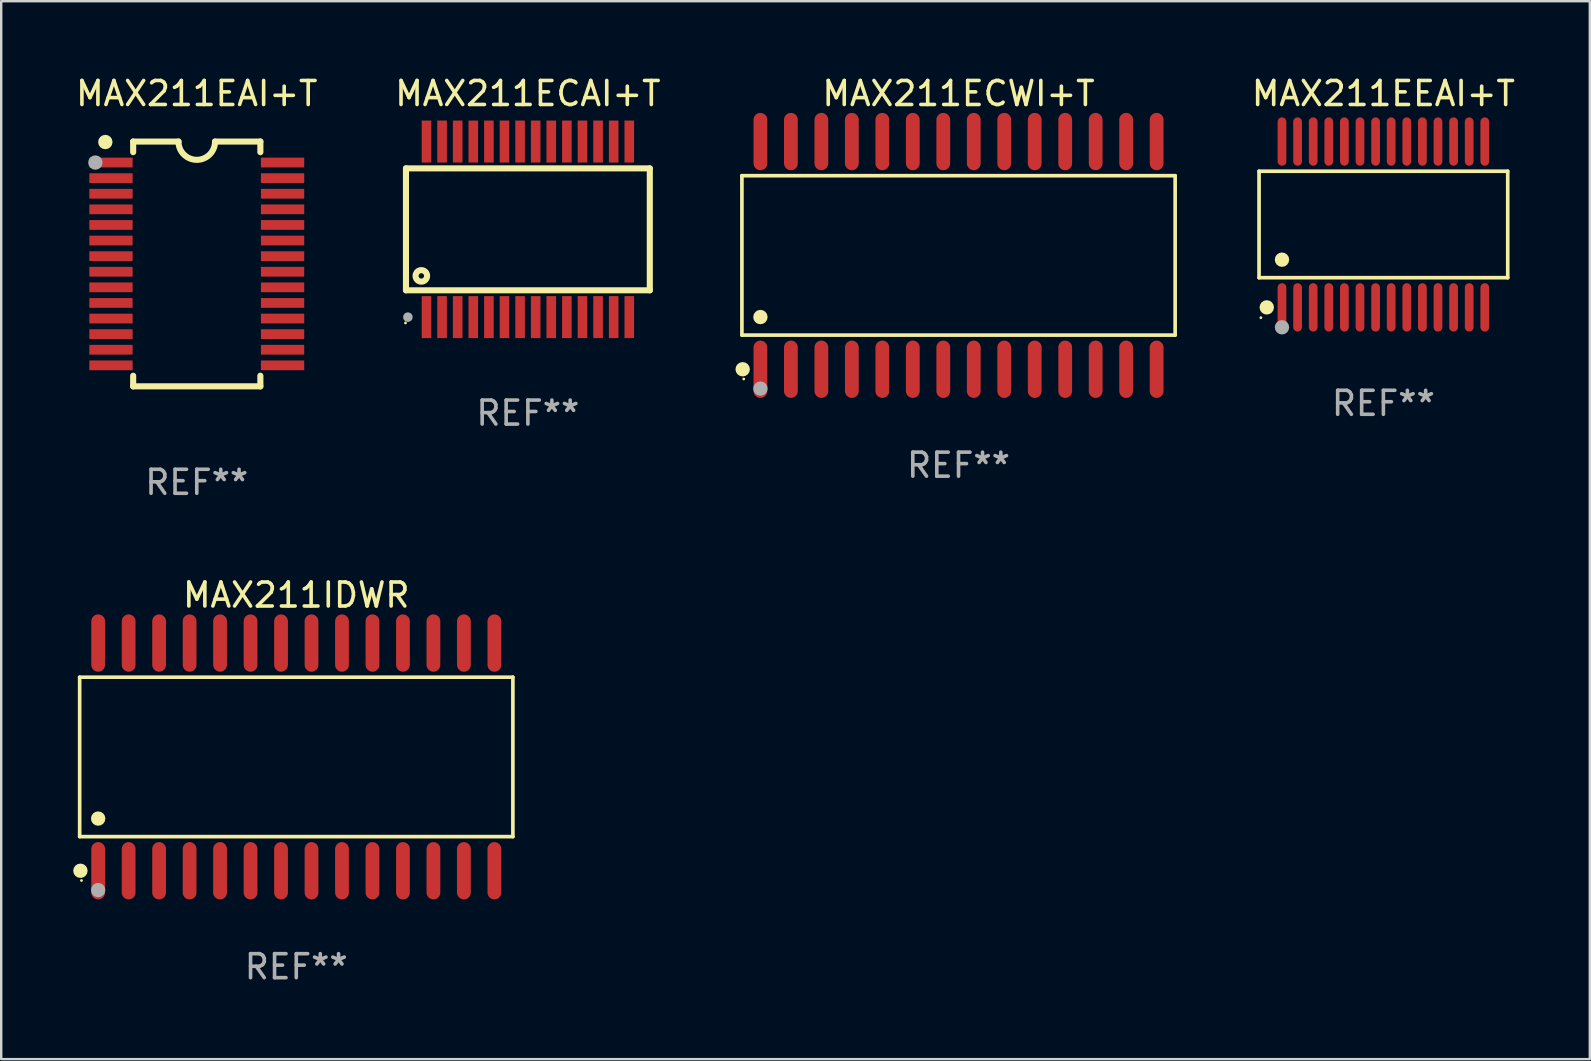
<source format=kicad_pcb>
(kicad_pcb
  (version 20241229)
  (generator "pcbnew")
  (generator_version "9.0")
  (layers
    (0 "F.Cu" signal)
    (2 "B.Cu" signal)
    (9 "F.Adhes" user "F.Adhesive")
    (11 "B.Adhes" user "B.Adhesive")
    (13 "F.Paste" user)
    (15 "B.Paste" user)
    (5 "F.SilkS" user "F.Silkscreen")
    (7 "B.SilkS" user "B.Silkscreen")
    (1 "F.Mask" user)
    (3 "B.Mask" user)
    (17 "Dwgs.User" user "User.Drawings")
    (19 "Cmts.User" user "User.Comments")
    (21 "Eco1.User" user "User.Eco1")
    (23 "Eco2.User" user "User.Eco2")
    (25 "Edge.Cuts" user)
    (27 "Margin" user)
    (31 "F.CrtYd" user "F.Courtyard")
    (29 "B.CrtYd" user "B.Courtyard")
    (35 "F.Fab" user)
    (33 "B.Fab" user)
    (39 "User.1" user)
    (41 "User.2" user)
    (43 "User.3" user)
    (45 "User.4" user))
  (footprint "MAX211EEAI+T"
    (layer "F.Cu")
    (at 54.593 6.303)
    (property "Reference" "MAX211EEAI+T" (at 0 -5.455 0) (layer "F.SilkS") (effects (font (size 1 1) (thickness 0.15))))
    (attr through_hole)
    (fp_line (start -5.181 -2.219) (end 5.181 -2.219) (stroke (width 0.152) (type solid)) (layer "F.SilkS"))
    (fp_line (start -5.181 2.219) (end -5.181 -2.219) (stroke (width 0.152) (type solid)) (layer "F.SilkS"))
    (fp_line (start 5.181 -2.219) (end 5.181 2.219) (stroke (width 0.152) (type solid)) (layer "F.SilkS"))
    (fp_line (start 5.181 2.219) (end -5.181 2.219) (stroke (width 0.152) (type solid)) (layer "F.SilkS"))
    (fp_circle (center -5.105 3.885) (end -5.075 3.885) (stroke (width 0.06) (type solid)) (fill no) (layer "F.SilkS"))
    (fp_circle (center -4.859 3.455) (end -4.709 3.455) (stroke (width 0.3) (type solid)) (fill no) (layer "F.SilkS"))
    (fp_circle (center -4.225 1.467) (end -4.075 1.467) (stroke (width 0.3) (type solid)) (fill no) (layer "F.SilkS"))
    (fp_circle (center -4.225 4.285) (end -4.075 4.285) (stroke (width 0.3) (type solid)) (fill no) (layer "F.Fab"))
    (fp_text user "REF**" (at 0 7.455 0) (layer "F.Fab") (effects (font (size 1 1) (thickness 0.15))))
    (pad "1" smd oval (at -4.225 3.455) (size 0.364 2.015) (layers "F.Cu" "F.Mask" "F.Paste"))
    (pad "2" smd oval (at -3.575 3.455) (size 0.364 2.015) (layers "F.Cu" "F.Mask" "F.Paste"))
    (pad "3" smd oval (at -2.925 3.455) (size 0.364 2.015) (layers "F.Cu" "F.Mask" "F.Paste"))
    (pad "4" smd oval (at -2.275 3.455) (size 0.364 2.015) (layers "F.Cu" "F.Mask" "F.Paste"))
    (pad "5" smd oval (at -1.625 3.455) (size 0.364 2.015) (layers "F.Cu" "F.Mask" "F.Paste"))
    (pad "6" smd oval (at -0.975 3.455) (size 0.364 2.015) (layers "F.Cu" "F.Mask" "F.Paste"))
    (pad "7" smd oval (at -0.325 3.455) (size 0.364 2.015) (layers "F.Cu" "F.Mask" "F.Paste"))
    (pad "8" smd oval (at 0.325 3.455) (size 0.364 2.015) (layers "F.Cu" "F.Mask" "F.Paste"))
    (pad "9" smd oval (at 0.975 3.455) (size 0.364 2.015) (layers "F.Cu" "F.Mask" "F.Paste"))
    (pad "10" smd oval (at 1.625 3.455) (size 0.364 2.015) (layers "F.Cu" "F.Mask" "F.Paste"))
    (pad "11" smd oval (at 2.275 3.455) (size 0.364 2.015) (layers "F.Cu" "F.Mask" "F.Paste"))
    (pad "12" smd oval (at 2.925 3.455) (size 0.364 2.015) (layers "F.Cu" "F.Mask" "F.Paste"))
    (pad "13" smd oval (at 3.575 3.455) (size 0.364 2.015) (layers "F.Cu" "F.Mask" "F.Paste"))
    (pad "14" smd oval (at 4.225 3.455) (size 0.364 2.015) (layers "F.Cu" "F.Mask" "F.Paste"))
    (pad "15" smd oval (at 4.225 -3.455) (size 0.364 2.015) (layers "F.Cu" "F.Mask" "F.Paste"))
    (pad "16" smd oval (at 3.575 -3.455) (size 0.364 2.015) (layers "F.Cu" "F.Mask" "F.Paste"))
    (pad "17" smd oval (at 2.925 -3.455) (size 0.364 2.015) (layers "F.Cu" "F.Mask" "F.Paste"))
    (pad "18" smd oval (at 2.275 -3.455) (size 0.364 2.015) (layers "F.Cu" "F.Mask" "F.Paste"))
    (pad "19" smd oval (at 1.625 -3.455) (size 0.364 2.015) (layers "F.Cu" "F.Mask" "F.Paste"))
    (pad "20" smd oval (at 0.975 -3.455) (size 0.364 2.015) (layers "F.Cu" "F.Mask" "F.Paste"))
    (pad "21" smd oval (at 0.325 -3.455) (size 0.364 2.015) (layers "F.Cu" "F.Mask" "F.Paste"))
    (pad "22" smd oval (at -0.325 -3.455) (size 0.364 2.015) (layers "F.Cu" "F.Mask" "F.Paste"))
    (pad "23" smd oval (at -0.975 -3.455) (size 0.364 2.015) (layers "F.Cu" "F.Mask" "F.Paste"))
    (pad "24" smd oval (at -1.625 -3.455) (size 0.364 2.015) (layers "F.Cu" "F.Mask" "F.Paste"))
    (pad "25" smd oval (at -2.275 -3.455) (size 0.364 2.015) (layers "F.Cu" "F.Mask" "F.Paste"))
    (pad "26" smd oval (at -2.925 -3.455) (size 0.364 2.015) (layers "F.Cu" "F.Mask" "F.Paste"))
    (pad "27" smd oval (at -3.575 -3.455) (size 0.364 2.015) (layers "F.Cu" "F.Mask" "F.Paste"))
    (pad "28" smd oval (at -4.225 -3.455) (size 0.364 2.015) (layers "F.Cu" "F.Mask" "F.Paste")))
  (footprint "MAX211ECAI+T"
    (layer "F.Cu")
    (at 18.946 6.506)
    (property "Reference" "MAX211ECAI+T" (at 0 -5.658 0) (layer "F.SilkS") (effects (font (size 1 1) (thickness 0.15))))
    (attr through_hole)
    (fp_line (start -5.08 -2.54) (end -5.08 2.54) (stroke (width 0.254) (type solid)) (layer "F.SilkS"))
    (fp_line (start -5.08 -2.54) (end 5.08 -2.54) (stroke (width 0.254) (type solid)) (layer "F.SilkS"))
    (fp_line (start 5.08 -2.54) (end 5.08 2.54) (stroke (width 0.254) (type solid)) (layer "F.SilkS"))
    (fp_line (start 5.08 2.54) (end -5.08 2.54) (stroke (width 0.254) (type solid)) (layer "F.SilkS"))
    (fp_circle (center -5.1 3.9) (end -5.07 3.9) (stroke (width 0.06) (type solid)) (fill no) (layer "F.SilkS"))
    (fp_circle (center -4.44 1.94) (end -4.2 1.94) (stroke (width 0.254) (type solid)) (fill no) (layer "F.SilkS"))
    (fp_circle (center -5 3.658) (end -4.9 3.658) (stroke (width 0.2) (type solid)) (fill no) (layer "F.Fab"))
    (fp_text user "REF**" (at 0 7.658 0) (layer "F.Fab") (effects (font (size 1 1) (thickness 0.15))))
    (pad "1" smd rect (at -4.225 3.658) (size 0.4 1.75) (layers "F.Cu" "F.Mask" "F.Paste"))
    (pad "2" smd rect (at -3.575 3.657) (size 0.4 1.75) (layers "F.Cu" "F.Mask" "F.Paste"))
    (pad "3" smd rect (at -2.925 3.657) (size 0.4 1.75) (layers "F.Cu" "F.Mask" "F.Paste"))
    (pad "4" smd rect (at -2.275 3.657) (size 0.4 1.75) (layers "F.Cu" "F.Mask" "F.Paste"))
    (pad "5" smd rect (at -1.625 3.657) (size 0.4 1.75) (layers "F.Cu" "F.Mask" "F.Paste"))
    (pad "6" smd rect (at -0.975 3.657) (size 0.4 1.75) (layers "F.Cu" "F.Mask" "F.Paste"))
    (pad "7" smd rect (at -0.325 3.657) (size 0.4 1.75) (layers "F.Cu" "F.Mask" "F.Paste"))
    (pad "8" smd rect (at 0.325 3.657) (size 0.4 1.75) (layers "F.Cu" "F.Mask" "F.Paste"))
    (pad "9" smd rect (at 0.975 3.657) (size 0.4 1.75) (layers "F.Cu" "F.Mask" "F.Paste"))
    (pad "10" smd rect (at 1.625 3.657) (size 0.4 1.75) (layers "F.Cu" "F.Mask" "F.Paste"))
    (pad "11" smd rect (at 2.275 3.657) (size 0.4 1.75) (layers "F.Cu" "F.Mask" "F.Paste"))
    (pad "12" smd rect (at 2.925 3.657) (size 0.4 1.75) (layers "F.Cu" "F.Mask" "F.Paste"))
    (pad "13" smd rect (at 3.575 3.657) (size 0.4 1.75) (layers "F.Cu" "F.Mask" "F.Paste"))
    (pad "14" smd rect (at 4.225 3.657) (size 0.4 1.75) (layers "F.Cu" "F.Mask" "F.Paste"))
    (pad "15" smd rect (at 4.225 -3.658) (size 0.4 1.75) (layers "F.Cu" "F.Mask" "F.Paste"))
    (pad "16" smd rect (at 3.575 -3.658) (size 0.4 1.75) (layers "F.Cu" "F.Mask" "F.Paste"))
    (pad "17" smd rect (at 2.925 -3.658) (size 0.4 1.75) (layers "F.Cu" "F.Mask" "F.Paste"))
    (pad "18" smd rect (at 2.275 -3.658) (size 0.4 1.75) (layers "F.Cu" "F.Mask" "F.Paste"))
    (pad "19" smd rect (at 1.625 -3.658) (size 0.4 1.75) (layers "F.Cu" "F.Mask" "F.Paste"))
    (pad "20" smd rect (at 0.975 -3.658) (size 0.4 1.75) (layers "F.Cu" "F.Mask" "F.Paste"))
    (pad "21" smd rect (at 0.325 -3.658) (size 0.4 1.75) (layers "F.Cu" "F.Mask" "F.Paste"))
    (pad "22" smd rect (at -0.325 -3.658) (size 0.4 1.75) (layers "F.Cu" "F.Mask" "F.Paste"))
    (pad "23" smd rect (at -0.975 -3.658) (size 0.4 1.75) (layers "F.Cu" "F.Mask" "F.Paste"))
    (pad "24" smd rect (at -1.625 -3.658) (size 0.4 1.75) (layers "F.Cu" "F.Mask" "F.Paste"))
    (pad "25" smd rect (at -2.275 -3.658) (size 0.4 1.75) (layers "F.Cu" "F.Mask" "F.Paste"))
    (pad "26" smd rect (at -2.925 -3.658) (size 0.4 1.75) (layers "F.Cu" "F.Mask" "F.Paste"))
    (pad "27" smd rect (at -3.575 -3.658) (size 0.4 1.75) (layers "F.Cu" "F.Mask" "F.Paste"))
    (pad "28" smd rect (at -4.225 -3.658) (size 0.4 1.75) (layers "F.Cu" "F.Mask" "F.Paste")))
  (footprint "MAX211ECWI+T"
    (layer "F.Cu")
    (at 36.89 7.592)
    (property "Reference" "MAX211ECWI+T" (at 0 -6.744 0) (layer "F.SilkS") (effects (font (size 1 1) (thickness 0.15))))
    (attr through_hole)
    (fp_line (start -9.026 -3.321) (end 9.026 -3.321) (stroke (width 0.152) (type solid)) (layer "F.SilkS"))
    (fp_line (start -9.026 3.321) (end -9.026 -3.321) (stroke (width 0.152) (type solid)) (layer "F.SilkS"))
    (fp_line (start 9.026 -3.321) (end 9.026 3.321) (stroke (width 0.152) (type solid)) (layer "F.SilkS"))
    (fp_line (start 9.026 3.321) (end -9.026 3.321) (stroke (width 0.152) (type solid)) (layer "F.SilkS"))
    (fp_circle (center -8.994 4.744) (end -8.844 4.744) (stroke (width 0.3) (type solid)) (fill no) (layer "F.SilkS"))
    (fp_circle (center -8.95 5.15) (end -8.92 5.15) (stroke (width 0.06) (type solid)) (fill no) (layer "F.SilkS"))
    (fp_circle (center -8.255 2.569) (end -8.105 2.569) (stroke (width 0.3) (type solid)) (fill no) (layer "F.SilkS"))
    (fp_circle (center -8.255 5.55) (end -8.105 5.55) (stroke (width 0.3) (type solid)) (fill no) (layer "F.Fab"))
    (fp_text user "REF**" (at 0 8.744 0) (layer "F.Fab") (effects (font (size 1 1) (thickness 0.15))))
    (pad "1" smd oval (at -8.255 4.744) (size 0.574 2.388) (layers "F.Cu" "F.Mask" "F.Paste"))
    (pad "2" smd oval (at -6.985 4.744) (size 0.574 2.388) (layers "F.Cu" "F.Mask" "F.Paste"))
    (pad "3" smd oval (at -5.715 4.744) (size 0.574 2.388) (layers "F.Cu" "F.Mask" "F.Paste"))
    (pad "4" smd oval (at -4.445 4.744) (size 0.574 2.388) (layers "F.Cu" "F.Mask" "F.Paste"))
    (pad "5" smd oval (at -3.175 4.744) (size 0.574 2.388) (layers "F.Cu" "F.Mask" "F.Paste"))
    (pad "6" smd oval (at -1.905 4.744) (size 0.574 2.388) (layers "F.Cu" "F.Mask" "F.Paste"))
    (pad "7" smd oval (at -0.635 4.744) (size 0.574 2.388) (layers "F.Cu" "F.Mask" "F.Paste"))
    (pad "8" smd oval (at 0.635 4.744) (size 0.574 2.388) (layers "F.Cu" "F.Mask" "F.Paste"))
    (pad "9" smd oval (at 1.905 4.744) (size 0.574 2.388) (layers "F.Cu" "F.Mask" "F.Paste"))
    (pad "10" smd oval (at 3.175 4.744) (size 0.574 2.388) (layers "F.Cu" "F.Mask" "F.Paste"))
    (pad "11" smd oval (at 4.445 4.744) (size 0.574 2.388) (layers "F.Cu" "F.Mask" "F.Paste"))
    (pad "12" smd oval (at 5.715 4.744) (size 0.574 2.388) (layers "F.Cu" "F.Mask" "F.Paste"))
    (pad "13" smd oval (at 6.985 4.744) (size 0.574 2.388) (layers "F.Cu" "F.Mask" "F.Paste"))
    (pad "14" smd oval (at 8.255 4.744) (size 0.574 2.388) (layers "F.Cu" "F.Mask" "F.Paste"))
    (pad "15" smd oval (at 8.255 -4.744) (size 0.574 2.388) (layers "F.Cu" "F.Mask" "F.Paste"))
    (pad "16" smd oval (at 6.985 -4.744) (size 0.574 2.388) (layers "F.Cu" "F.Mask" "F.Paste"))
    (pad "17" smd oval (at 5.715 -4.744) (size 0.574 2.388) (layers "F.Cu" "F.Mask" "F.Paste"))
    (pad "18" smd oval (at 4.445 -4.744) (size 0.574 2.388) (layers "F.Cu" "F.Mask" "F.Paste"))
    (pad "19" smd oval (at 3.175 -4.744) (size 0.574 2.388) (layers "F.Cu" "F.Mask" "F.Paste"))
    (pad "20" smd oval (at 1.905 -4.744) (size 0.574 2.388) (layers "F.Cu" "F.Mask" "F.Paste"))
    (pad "21" smd oval (at 0.635 -4.744) (size 0.574 2.388) (layers "F.Cu" "F.Mask" "F.Paste"))
    (pad "22" smd oval (at -0.635 -4.744) (size 0.574 2.388) (layers "F.Cu" "F.Mask" "F.Paste"))
    (pad "23" smd oval (at -1.905 -4.744) (size 0.574 2.388) (layers "F.Cu" "F.Mask" "F.Paste"))
    (pad "24" smd oval (at -3.175 -4.744) (size 0.574 2.388) (layers "F.Cu" "F.Mask" "F.Paste"))
    (pad "25" smd oval (at -4.445 -4.744) (size 0.574 2.388) (layers "F.Cu" "F.Mask" "F.Paste"))
    (pad "26" smd oval (at -5.715 -4.744) (size 0.574 2.388) (layers "F.Cu" "F.Mask" "F.Paste"))
    (pad "27" smd oval (at -6.985 -4.744) (size 0.574 2.388) (layers "F.Cu" "F.Mask" "F.Paste"))
    (pad "28" smd oval (at -8.255 -4.744) (size 0.574 2.388) (layers "F.Cu" "F.Mask" "F.Paste")))
  (footprint "MAX211IDWR"
    (layer "F.Cu")
    (at 9.295 28.489)
    (property "Reference" "MAX211IDWR" (at 0 -6.744 0) (layer "F.SilkS") (effects (font (size 1 1) (thickness 0.15))))
    (attr through_hole)
    (fp_line (start -9.026 -3.321) (end 9.026 -3.321) (stroke (width 0.152) (type solid)) (layer "F.SilkS"))
    (fp_line (start -9.026 3.321) (end -9.026 -3.321) (stroke (width 0.152) (type solid)) (layer "F.SilkS"))
    (fp_line (start 9.026 -3.321) (end 9.026 3.321) (stroke (width 0.152) (type solid)) (layer "F.SilkS"))
    (fp_line (start 9.026 3.321) (end -9.026 3.321) (stroke (width 0.152) (type solid)) (layer "F.SilkS"))
    (fp_circle (center -8.994 4.744) (end -8.844 4.744) (stroke (width 0.3) (type solid)) (fill no) (layer "F.SilkS"))
    (fp_circle (center -8.95 5.15) (end -8.92 5.15) (stroke (width 0.06) (type solid)) (fill no) (layer "F.SilkS"))
    (fp_circle (center -8.255 2.569) (end -8.105 2.569) (stroke (width 0.3) (type solid)) (fill no) (layer "F.SilkS"))
    (fp_circle (center -8.255 5.55) (end -8.105 5.55) (stroke (width 0.3) (type solid)) (fill no) (layer "F.Fab"))
    (fp_text user "REF**" (at 0 8.744 0) (layer "F.Fab") (effects (font (size 1 1) (thickness 0.15))))
    (pad "1" smd oval (at -8.255 4.744) (size 0.574 2.388) (layers "F.Cu" "F.Mask" "F.Paste"))
    (pad "2" smd oval (at -6.985 4.744) (size 0.574 2.388) (layers "F.Cu" "F.Mask" "F.Paste"))
    (pad "3" smd oval (at -5.715 4.744) (size 0.574 2.388) (layers "F.Cu" "F.Mask" "F.Paste"))
    (pad "4" smd oval (at -4.445 4.744) (size 0.574 2.388) (layers "F.Cu" "F.Mask" "F.Paste"))
    (pad "5" smd oval (at -3.175 4.744) (size 0.574 2.388) (layers "F.Cu" "F.Mask" "F.Paste"))
    (pad "6" smd oval (at -1.905 4.744) (size 0.574 2.388) (layers "F.Cu" "F.Mask" "F.Paste"))
    (pad "7" smd oval (at -0.635 4.744) (size 0.574 2.388) (layers "F.Cu" "F.Mask" "F.Paste"))
    (pad "8" smd oval (at 0.635 4.744) (size 0.574 2.388) (layers "F.Cu" "F.Mask" "F.Paste"))
    (pad "9" smd oval (at 1.905 4.744) (size 0.574 2.388) (layers "F.Cu" "F.Mask" "F.Paste"))
    (pad "10" smd oval (at 3.175 4.744) (size 0.574 2.388) (layers "F.Cu" "F.Mask" "F.Paste"))
    (pad "11" smd oval (at 4.445 4.744) (size 0.574 2.388) (layers "F.Cu" "F.Mask" "F.Paste"))
    (pad "12" smd oval (at 5.715 4.744) (size 0.574 2.388) (layers "F.Cu" "F.Mask" "F.Paste"))
    (pad "13" smd oval (at 6.985 4.744) (size 0.574 2.388) (layers "F.Cu" "F.Mask" "F.Paste"))
    (pad "14" smd oval (at 8.255 4.744) (size 0.574 2.388) (layers "F.Cu" "F.Mask" "F.Paste"))
    (pad "15" smd oval (at 8.255 -4.744) (size 0.574 2.388) (layers "F.Cu" "F.Mask" "F.Paste"))
    (pad "16" smd oval (at 6.985 -4.744) (size 0.574 2.388) (layers "F.Cu" "F.Mask" "F.Paste"))
    (pad "17" smd oval (at 5.715 -4.744) (size 0.574 2.388) (layers "F.Cu" "F.Mask" "F.Paste"))
    (pad "18" smd oval (at 4.445 -4.744) (size 0.574 2.388) (layers "F.Cu" "F.Mask" "F.Paste"))
    (pad "19" smd oval (at 3.175 -4.744) (size 0.574 2.388) (layers "F.Cu" "F.Mask" "F.Paste"))
    (pad "20" smd oval (at 1.905 -4.744) (size 0.574 2.388) (layers "F.Cu" "F.Mask" "F.Paste"))
    (pad "21" smd oval (at 0.635 -4.744) (size 0.574 2.388) (layers "F.Cu" "F.Mask" "F.Paste"))
    (pad "22" smd oval (at -0.635 -4.744) (size 0.574 2.388) (layers "F.Cu" "F.Mask" "F.Paste"))
    (pad "23" smd oval (at -1.905 -4.744) (size 0.574 2.388) (layers "F.Cu" "F.Mask" "F.Paste"))
    (pad "24" smd oval (at -3.175 -4.744) (size 0.574 2.388) (layers "F.Cu" "F.Mask" "F.Paste"))
    (pad "25" smd oval (at -4.445 -4.744) (size 0.574 2.388) (layers "F.Cu" "F.Mask" "F.Paste"))
    (pad "26" smd oval (at -5.715 -4.744) (size 0.574 2.388) (layers "F.Cu" "F.Mask" "F.Paste"))
    (pad "27" smd oval (at -6.985 -4.744) (size 0.574 2.388) (layers "F.Cu" "F.Mask" "F.Paste"))
    (pad "28" smd oval (at -8.255 -4.744) (size 0.574 2.388) (layers "F.Cu" "F.Mask" "F.Paste")))
  (footprint "MAX211EAI+T"
    (layer "F.Cu")
    (at 5.149 7.948)
    (property "Reference" "MAX211EAI+T" (at 0 -7.1 0) (layer "F.SilkS") (effects (font (size 1 1) (thickness 0.15))))
    (attr through_hole)
    (fp_line (start -2.65 -5.1) (end -0.762 -5.1) (stroke (width 0.254) (type solid)) (layer "F.SilkS"))
    (fp_line (start -2.65 -4.658) (end -2.65 -5.1) (stroke (width 0.254) (type solid)) (layer "F.SilkS"))
    (fp_line (start -2.65 5.1) (end -2.65 4.658) (stroke (width 0.254) (type solid)) (layer "F.SilkS"))
    (fp_line (start -2.65 5.1) (end 2.65 5.1) (stroke (width 0.254) (type solid)) (layer "F.SilkS"))
    (fp_line (start 2.65 -5.1) (end 0.762 -5.1) (stroke (width 0.254) (type solid)) (layer "F.SilkS"))
    (fp_line (start 2.65 -5.1) (end 2.65 -4.658) (stroke (width 0.254) (type solid)) (layer "F.SilkS"))
    (fp_line (start 2.65 4.658) (end 2.65 5.1) (stroke (width 0.254) (type solid)) (layer "F.SilkS"))
    (fp_arc (start 0.761925 -5.1) (mid -0.000241 -4.338329) (end -0.762077 -5.10033) (stroke (width 0.254001) (type solid)) (layer "F.SilkS"))
    (fp_circle (center -3.858 -5.07) (end -3.828 -5.07) (stroke (width 0.06) (type solid)) (fill no) (layer "F.SilkS"))
    (fp_circle (center -3.81 -5.08) (end -3.66 -5.08) (stroke (width 0.3) (type solid)) (fill no) (layer "F.SilkS"))
    (fp_circle (center -4.225 -4.225) (end -4.075 -4.225) (stroke (width 0.3) (type solid)) (fill no) (layer "F.Fab"))
    (fp_text user "REF**" (at 0 9.1 0) (layer "F.Fab") (effects (font (size 1 1) (thickness 0.15))))
    (pad "1" smd rect (at -3.575 -4.225) (size 1.803 0.406) (layers "F.Cu" "F.Mask" "F.Paste"))
    (pad "2" smd rect (at -3.575 -3.575) (size 1.803 0.406) (layers "F.Cu" "F.Mask" "F.Paste"))
    (pad "3" smd rect (at -3.575 -2.925) (size 1.803 0.406) (layers "F.Cu" "F.Mask" "F.Paste"))
    (pad "4" smd rect (at -3.575 -2.275) (size 1.803 0.406) (layers "F.Cu" "F.Mask" "F.Paste"))
    (pad "5" smd rect (at -3.575 -1.625) (size 1.803 0.406) (layers "F.Cu" "F.Mask" "F.Paste"))
    (pad "6" smd rect (at -3.575 -0.975) (size 1.803 0.406) (layers "F.Cu" "F.Mask" "F.Paste"))
    (pad "7" smd rect (at -3.575 -0.325) (size 1.803 0.406) (layers "F.Cu" "F.Mask" "F.Paste"))
    (pad "8" smd rect (at -3.575 0.325) (size 1.803 0.406) (layers "F.Cu" "F.Mask" "F.Paste"))
    (pad "9" smd rect (at -3.575 0.975) (size 1.803 0.406) (layers "F.Cu" "F.Mask" "F.Paste"))
    (pad "10" smd rect (at -3.575 1.625) (size 1.803 0.406) (layers "F.Cu" "F.Mask" "F.Paste"))
    (pad "11" smd rect (at -3.575 2.275) (size 1.803 0.406) (layers "F.Cu" "F.Mask" "F.Paste"))
    (pad "12" smd rect (at -3.575 2.925) (size 1.803 0.406) (layers "F.Cu" "F.Mask" "F.Paste"))
    (pad "13" smd rect (at -3.575 3.575) (size 1.803 0.406) (layers "F.Cu" "F.Mask" "F.Paste"))
    (pad "14" smd rect (at -3.575 4.225) (size 1.803 0.406) (layers "F.Cu" "F.Mask" "F.Paste"))
    (pad "15" smd rect (at 3.575 4.225) (size 1.803 0.406) (layers "F.Cu" "F.Mask" "F.Paste"))
    (pad "16" smd rect (at 3.575 3.575) (size 1.803 0.406) (layers "F.Cu" "F.Mask" "F.Paste"))
    (pad "17" smd rect (at 3.575 2.925) (size 1.803 0.406) (layers "F.Cu" "F.Mask" "F.Paste"))
    (pad "18" smd rect (at 3.575 2.275) (size 1.803 0.406) (layers "F.Cu" "F.Mask" "F.Paste"))
    (pad "19" smd rect (at 3.575 1.625) (size 1.803 0.406) (layers "F.Cu" "F.Mask" "F.Paste"))
    (pad "20" smd rect (at 3.575 0.975) (size 1.803 0.406) (layers "F.Cu" "F.Mask" "F.Paste"))
    (pad "21" smd rect (at 3.575 0.325) (size 1.803 0.406) (layers "F.Cu" "F.Mask" "F.Paste"))
    (pad "22" smd rect (at 3.575 -0.325) (size 1.803 0.406) (layers "F.Cu" "F.Mask" "F.Paste"))
    (pad "23" smd rect (at 3.575 -0.975) (size 1.803 0.406) (layers "F.Cu" "F.Mask" "F.Paste"))
    (pad "24" smd rect (at 3.575 -1.625) (size 1.803 0.406) (layers "F.Cu" "F.Mask" "F.Paste"))
    (pad "25" smd rect (at 3.575 -2.275) (size 1.803 0.406) (layers "F.Cu" "F.Mask" "F.Paste"))
    (pad "26" smd rect (at 3.575 -2.925) (size 1.803 0.406) (layers "F.Cu" "F.Mask" "F.Paste"))
    (pad "27" smd rect (at 3.575 -3.575) (size 1.803 0.406) (layers "F.Cu" "F.Mask" "F.Paste"))
    (pad "28" smd rect (at 3.575 -4.225) (size 1.803 0.406) (layers "F.Cu" "F.Mask" "F.Paste")))
  (gr_rect
    (start -3 -3)
    (end 63.195 41.081)
    (stroke (width 0.1) (type default))
    (fill no)
    (layer "Edge.Cuts")))
</source>
